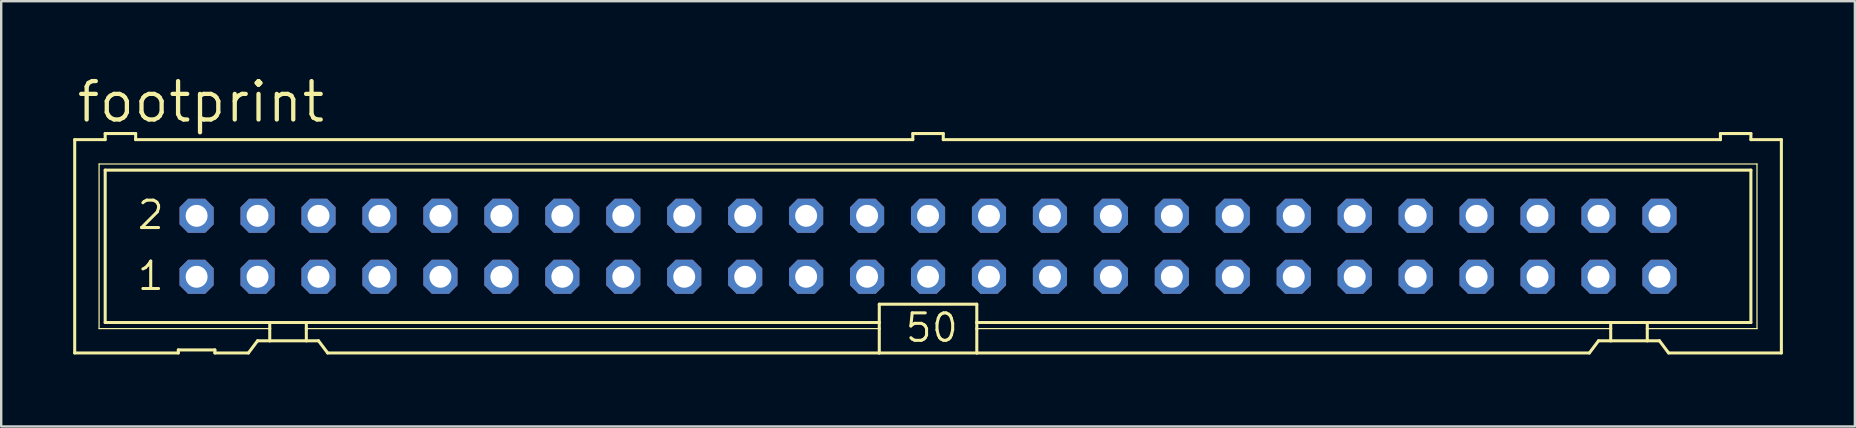
<source format=kicad_pcb>
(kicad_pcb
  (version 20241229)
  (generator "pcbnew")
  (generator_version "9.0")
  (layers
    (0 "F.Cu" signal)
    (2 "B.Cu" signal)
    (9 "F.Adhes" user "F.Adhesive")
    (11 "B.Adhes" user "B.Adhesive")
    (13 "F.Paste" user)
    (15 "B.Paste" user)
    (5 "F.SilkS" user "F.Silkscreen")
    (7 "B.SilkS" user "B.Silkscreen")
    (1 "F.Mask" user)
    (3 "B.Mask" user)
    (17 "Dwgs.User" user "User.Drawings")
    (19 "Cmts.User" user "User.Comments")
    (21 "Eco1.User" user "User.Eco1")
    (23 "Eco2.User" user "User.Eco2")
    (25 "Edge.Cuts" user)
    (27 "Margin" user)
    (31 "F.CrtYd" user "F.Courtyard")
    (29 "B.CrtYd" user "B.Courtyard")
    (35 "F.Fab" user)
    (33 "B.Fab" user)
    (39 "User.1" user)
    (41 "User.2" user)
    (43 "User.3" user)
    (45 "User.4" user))
  (footprint "footprint"
    (layer "F.Cu")
    (at 35.623 7.214)
    (property "Reference" "footprint" (at -35.56 -5.08 0) (layer "F.SilkS") (effects (font (size 1.6 1.6) (thickness 0.178)) (justify left bottom)))
    (fp_line (start -35.56 -4.445) (end -35.56 4.445) (stroke (width 0.127) (type solid)) (layer "F.SilkS"))
    (fp_line (start -35.56 -4.445) (end -34.29 -4.445) (stroke (width 0.127) (type solid)) (layer "F.SilkS"))
    (fp_line (start -35.56 4.445) (end -31.242 4.445) (stroke (width 0.127) (type solid)) (layer "F.SilkS"))
    (fp_line (start -34.544 -3.429) (end -34.544 3.429) (stroke (width 0.051) (type solid)) (layer "F.SilkS"))
    (fp_line (start -34.544 3.429) (end -27.432 3.429) (stroke (width 0.051) (type solid)) (layer "F.SilkS"))
    (fp_line (start -34.29 -4.699) (end -34.29 -4.445) (stroke (width 0.127) (type solid)) (layer "F.SilkS"))
    (fp_line (start -34.29 -3.175) (end -34.29 3.175) (stroke (width 0.127) (type solid)) (layer "F.SilkS"))
    (fp_line (start -34.29 -3.175) (end 34.29 -3.175) (stroke (width 0.127) (type solid)) (layer "F.SilkS"))
    (fp_line (start -33.02 -4.699) (end -34.29 -4.699) (stroke (width 0.127) (type solid)) (layer "F.SilkS"))
    (fp_line (start -33.02 -4.699) (end -33.02 -4.445) (stroke (width 0.127) (type solid)) (layer "F.SilkS"))
    (fp_line (start -33.02 -4.445) (end -0.635 -4.445) (stroke (width 0.127) (type solid)) (layer "F.SilkS"))
    (fp_line (start -31.242 4.318) (end -31.242 4.445) (stroke (width 0.127) (type solid)) (layer "F.SilkS"))
    (fp_line (start -31.242 4.318) (end -29.718 4.318) (stroke (width 0.127) (type solid)) (layer "F.SilkS"))
    (fp_line (start -29.718 4.445) (end -29.718 4.318) (stroke (width 0.127) (type solid)) (layer "F.SilkS"))
    (fp_line (start -29.718 4.445) (end -28.321 4.445) (stroke (width 0.127) (type solid)) (layer "F.SilkS"))
    (fp_line (start -28.321 4.445) (end -27.94 3.937) (stroke (width 0.127) (type solid)) (layer "F.SilkS"))
    (fp_line (start -27.432 3.175) (end -34.29 3.175) (stroke (width 0.127) (type solid)) (layer "F.SilkS"))
    (fp_line (start -27.432 3.175) (end -27.432 3.429) (stroke (width 0.127) (type solid)) (layer "F.SilkS"))
    (fp_line (start -27.432 3.429) (end -27.432 3.937) (stroke (width 0.127) (type solid)) (layer "F.SilkS"))
    (fp_line (start -27.432 3.937) (end -27.94 3.937) (stroke (width 0.127) (type solid)) (layer "F.SilkS"))
    (fp_line (start -25.908 3.175) (end -27.432 3.175) (stroke (width 0.127) (type solid)) (layer "F.SilkS"))
    (fp_line (start -25.908 3.175) (end -25.908 3.429) (stroke (width 0.127) (type solid)) (layer "F.SilkS"))
    (fp_line (start -25.908 3.429) (end -25.908 3.937) (stroke (width 0.127) (type solid)) (layer "F.SilkS"))
    (fp_line (start -25.908 3.429) (end -2.032 3.429) (stroke (width 0.051) (type solid)) (layer "F.SilkS"))
    (fp_line (start -25.908 3.937) (end -27.432 3.937) (stroke (width 0.127) (type solid)) (layer "F.SilkS"))
    (fp_line (start -25.4 3.937) (end -25.908 3.937) (stroke (width 0.127) (type solid)) (layer "F.SilkS"))
    (fp_line (start -25.4 3.937) (end -25.019 4.445) (stroke (width 0.127) (type solid)) (layer "F.SilkS"))
    (fp_line (start -25.019 4.445) (end -2.032 4.445) (stroke (width 0.127) (type solid)) (layer "F.SilkS"))
    (fp_line (start -2.032 3.175) (end -25.908 3.175) (stroke (width 0.127) (type solid)) (layer "F.SilkS"))
    (fp_line (start -2.032 3.175) (end -2.032 2.413) (stroke (width 0.127) (type solid)) (layer "F.SilkS"))
    (fp_line (start -2.032 3.175) (end -2.032 3.429) (stroke (width 0.127) (type solid)) (layer "F.SilkS"))
    (fp_line (start -2.032 3.429) (end -2.032 4.445) (stroke (width 0.127) (type solid)) (layer "F.SilkS"))
    (fp_line (start -0.635 -4.699) (end -0.635 -4.445) (stroke (width 0.127) (type solid)) (layer "F.SilkS"))
    (fp_line (start 0.635 -4.699) (end -0.635 -4.699) (stroke (width 0.127) (type solid)) (layer "F.SilkS"))
    (fp_line (start 0.635 -4.699) (end 0.635 -4.445) (stroke (width 0.127) (type solid)) (layer "F.SilkS"))
    (fp_line (start 0.635 -4.445) (end 33.02 -4.445) (stroke (width 0.127) (type solid)) (layer "F.SilkS"))
    (fp_line (start 2.032 2.413) (end -2.032 2.413) (stroke (width 0.127) (type solid)) (layer "F.SilkS"))
    (fp_line (start 2.032 2.413) (end 2.032 3.175) (stroke (width 0.127) (type solid)) (layer "F.SilkS"))
    (fp_line (start 2.032 3.175) (end 2.032 3.429) (stroke (width 0.127) (type solid)) (layer "F.SilkS"))
    (fp_line (start 2.032 3.429) (end 2.032 4.445) (stroke (width 0.127) (type solid)) (layer "F.SilkS"))
    (fp_line (start 2.032 4.445) (end -2.032 4.445) (stroke (width 0.127) (type solid)) (layer "F.SilkS"))
    (fp_line (start 27.559 4.445) (end 2.032 4.445) (stroke (width 0.127) (type solid)) (layer "F.SilkS"))
    (fp_line (start 27.559 4.445) (end 27.94 3.937) (stroke (width 0.127) (type solid)) (layer "F.SilkS"))
    (fp_line (start 28.448 3.175) (end 2.032 3.175) (stroke (width 0.127) (type solid)) (layer "F.SilkS"))
    (fp_line (start 28.448 3.175) (end 28.448 3.429) (stroke (width 0.127) (type solid)) (layer "F.SilkS"))
    (fp_line (start 28.448 3.429) (end 2.032 3.429) (stroke (width 0.051) (type solid)) (layer "F.SilkS"))
    (fp_line (start 28.448 3.429) (end 28.448 3.937) (stroke (width 0.127) (type solid)) (layer "F.SilkS"))
    (fp_line (start 28.448 3.937) (end 27.94 3.937) (stroke (width 0.127) (type solid)) (layer "F.SilkS"))
    (fp_line (start 29.972 3.175) (end 28.448 3.175) (stroke (width 0.127) (type solid)) (layer "F.SilkS"))
    (fp_line (start 29.972 3.175) (end 29.972 3.429) (stroke (width 0.127) (type solid)) (layer "F.SilkS"))
    (fp_line (start 29.972 3.429) (end 29.972 3.937) (stroke (width 0.127) (type solid)) (layer "F.SilkS"))
    (fp_line (start 29.972 3.429) (end 34.544 3.429) (stroke (width 0.051) (type solid)) (layer "F.SilkS"))
    (fp_line (start 29.972 3.937) (end 28.448 3.937) (stroke (width 0.127) (type solid)) (layer "F.SilkS"))
    (fp_line (start 30.48 3.937) (end 29.972 3.937) (stroke (width 0.127) (type solid)) (layer "F.SilkS"))
    (fp_line (start 30.48 3.937) (end 30.861 4.445) (stroke (width 0.127) (type solid)) (layer "F.SilkS"))
    (fp_line (start 33.02 -4.445) (end 33.02 -4.699) (stroke (width 0.127) (type solid)) (layer "F.SilkS"))
    (fp_line (start 34.29 -4.699) (end 33.02 -4.699) (stroke (width 0.127) (type solid)) (layer "F.SilkS"))
    (fp_line (start 34.29 -4.445) (end 34.29 -4.699) (stroke (width 0.127) (type solid)) (layer "F.SilkS"))
    (fp_line (start 34.29 -4.445) (end 35.56 -4.445) (stroke (width 0.127) (type solid)) (layer "F.SilkS"))
    (fp_line (start 34.29 3.175) (end 29.972 3.175) (stroke (width 0.127) (type solid)) (layer "F.SilkS"))
    (fp_line (start 34.29 3.175) (end 34.29 -3.175) (stroke (width 0.127) (type solid)) (layer "F.SilkS"))
    (fp_line (start 34.544 -3.429) (end -34.544 -3.429) (stroke (width 0.051) (type solid)) (layer "F.SilkS"))
    (fp_line (start 34.544 3.429) (end 34.544 -3.429) (stroke (width 0.051) (type solid)) (layer "F.SilkS"))
    (fp_line (start 35.56 4.445) (end 30.861 4.445) (stroke (width 0.127) (type solid)) (layer "F.SilkS"))
    (fp_line (start 35.56 4.445) (end 35.56 -4.445) (stroke (width 0.127) (type solid)) (layer "F.SilkS"))
    (fp_poly (pts (xy -30.734 -1.016) (xy -30.226 -1.016) (xy -30.226 -1.524) (xy -30.734 -1.524)) (stroke (width 0.1) (type solid)) (fill no) (layer "F.Fab"))
    (fp_poly (pts (xy -30.734 1.524) (xy -30.226 1.524) (xy -30.226 1.016) (xy -30.734 1.016)) (stroke (width 0.1) (type solid)) (fill no) (layer "F.Fab"))
    (fp_poly (pts (xy -28.194 -1.016) (xy -27.686 -1.016) (xy -27.686 -1.524) (xy -28.194 -1.524)) (stroke (width 0.1) (type solid)) (fill no) (layer "F.Fab"))
    (fp_poly (pts (xy -28.194 1.524) (xy -27.686 1.524) (xy -27.686 1.016) (xy -28.194 1.016)) (stroke (width 0.1) (type solid)) (fill no) (layer "F.Fab"))
    (fp_poly (pts (xy -25.654 -1.016) (xy -25.146 -1.016) (xy -25.146 -1.524) (xy -25.654 -1.524)) (stroke (width 0.1) (type solid)) (fill no) (layer "F.Fab"))
    (fp_poly (pts (xy -25.654 1.524) (xy -25.146 1.524) (xy -25.146 1.016) (xy -25.654 1.016)) (stroke (width 0.1) (type solid)) (fill no) (layer "F.Fab"))
    (fp_poly (pts (xy -23.114 -1.016) (xy -22.606 -1.016) (xy -22.606 -1.524) (xy -23.114 -1.524)) (stroke (width 0.1) (type solid)) (fill no) (layer "F.Fab"))
    (fp_poly (pts (xy -23.114 1.524) (xy -22.606 1.524) (xy -22.606 1.016) (xy -23.114 1.016)) (stroke (width 0.1) (type solid)) (fill no) (layer "F.Fab"))
    (fp_poly (pts (xy -20.574 -1.016) (xy -20.066 -1.016) (xy -20.066 -1.524) (xy -20.574 -1.524)) (stroke (width 0.1) (type solid)) (fill no) (layer "F.Fab"))
    (fp_poly (pts (xy -20.574 1.524) (xy -20.066 1.524) (xy -20.066 1.016) (xy -20.574 1.016)) (stroke (width 0.1) (type solid)) (fill no) (layer "F.Fab"))
    (fp_poly (pts (xy -18.034 -1.016) (xy -17.526 -1.016) (xy -17.526 -1.524) (xy -18.034 -1.524)) (stroke (width 0.1) (type solid)) (fill no) (layer "F.Fab"))
    (fp_poly (pts (xy -18.034 1.524) (xy -17.526 1.524) (xy -17.526 1.016) (xy -18.034 1.016)) (stroke (width 0.1) (type solid)) (fill no) (layer "F.Fab"))
    (fp_poly (pts (xy -15.494 -1.016) (xy -14.986 -1.016) (xy -14.986 -1.524) (xy -15.494 -1.524)) (stroke (width 0.1) (type solid)) (fill no) (layer "F.Fab"))
    (fp_poly (pts (xy -15.494 1.524) (xy -14.986 1.524) (xy -14.986 1.016) (xy -15.494 1.016)) (stroke (width 0.1) (type solid)) (fill no) (layer "F.Fab"))
    (fp_poly (pts (xy -12.954 -1.016) (xy -12.446 -1.016) (xy -12.446 -1.524) (xy -12.954 -1.524)) (stroke (width 0.1) (type solid)) (fill no) (layer "F.Fab"))
    (fp_poly (pts (xy -12.954 1.524) (xy -12.446 1.524) (xy -12.446 1.016) (xy -12.954 1.016)) (stroke (width 0.1) (type solid)) (fill no) (layer "F.Fab"))
    (fp_poly (pts (xy -10.414 -1.016) (xy -9.906 -1.016) (xy -9.906 -1.524) (xy -10.414 -1.524)) (stroke (width 0.1) (type solid)) (fill no) (layer "F.Fab"))
    (fp_poly (pts (xy -10.414 1.524) (xy -9.906 1.524) (xy -9.906 1.016) (xy -10.414 1.016)) (stroke (width 0.1) (type solid)) (fill no) (layer "F.Fab"))
    (fp_poly (pts (xy -7.874 -1.016) (xy -7.366 -1.016) (xy -7.366 -1.524) (xy -7.874 -1.524)) (stroke (width 0.1) (type solid)) (fill no) (layer "F.Fab"))
    (fp_poly (pts (xy -7.874 1.524) (xy -7.366 1.524) (xy -7.366 1.016) (xy -7.874 1.016)) (stroke (width 0.1) (type solid)) (fill no) (layer "F.Fab"))
    (fp_poly (pts (xy -5.334 -1.016) (xy -4.826 -1.016) (xy -4.826 -1.524) (xy -5.334 -1.524)) (stroke (width 0.1) (type solid)) (fill no) (layer "F.Fab"))
    (fp_poly (pts (xy -5.334 1.524) (xy -4.826 1.524) (xy -4.826 1.016) (xy -5.334 1.016)) (stroke (width 0.1) (type solid)) (fill no) (layer "F.Fab"))
    (fp_poly (pts (xy -2.794 -1.016) (xy -2.286 -1.016) (xy -2.286 -1.524) (xy -2.794 -1.524)) (stroke (width 0.1) (type solid)) (fill no) (layer "F.Fab"))
    (fp_poly (pts (xy -2.794 1.524) (xy -2.286 1.524) (xy -2.286 1.016) (xy -2.794 1.016)) (stroke (width 0.1) (type solid)) (fill no) (layer "F.Fab"))
    (fp_poly (pts (xy -0.254 -1.016) (xy 0.254 -1.016) (xy 0.254 -1.524) (xy -0.254 -1.524)) (stroke (width 0.1) (type solid)) (fill no) (layer "F.Fab"))
    (fp_poly (pts (xy -0.254 1.524) (xy 0.254 1.524) (xy 0.254 1.016) (xy -0.254 1.016)) (stroke (width 0.1) (type solid)) (fill no) (layer "F.Fab"))
    (fp_poly (pts (xy 2.286 -1.016) (xy 2.794 -1.016) (xy 2.794 -1.524) (xy 2.286 -1.524)) (stroke (width 0.1) (type solid)) (fill no) (layer "F.Fab"))
    (fp_poly (pts (xy 2.286 1.524) (xy 2.794 1.524) (xy 2.794 1.016) (xy 2.286 1.016)) (stroke (width 0.1) (type solid)) (fill no) (layer "F.Fab"))
    (fp_poly (pts (xy 4.826 -1.016) (xy 5.334 -1.016) (xy 5.334 -1.524) (xy 4.826 -1.524)) (stroke (width 0.1) (type solid)) (fill no) (layer "F.Fab"))
    (fp_poly (pts (xy 4.826 1.524) (xy 5.334 1.524) (xy 5.334 1.016) (xy 4.826 1.016)) (stroke (width 0.1) (type solid)) (fill no) (layer "F.Fab"))
    (fp_poly (pts (xy 7.366 -1.016) (xy 7.874 -1.016) (xy 7.874 -1.524) (xy 7.366 -1.524)) (stroke (width 0.1) (type solid)) (fill no) (layer "F.Fab"))
    (fp_poly (pts (xy 7.366 1.524) (xy 7.874 1.524) (xy 7.874 1.016) (xy 7.366 1.016)) (stroke (width 0.1) (type solid)) (fill no) (layer "F.Fab"))
    (fp_poly (pts (xy 9.906 -1.016) (xy 10.414 -1.016) (xy 10.414 -1.524) (xy 9.906 -1.524)) (stroke (width 0.1) (type solid)) (fill no) (layer "F.Fab"))
    (fp_poly (pts (xy 9.906 1.524) (xy 10.414 1.524) (xy 10.414 1.016) (xy 9.906 1.016)) (stroke (width 0.1) (type solid)) (fill no) (layer "F.Fab"))
    (fp_poly (pts (xy 12.446 -1.016) (xy 12.954 -1.016) (xy 12.954 -1.524) (xy 12.446 -1.524)) (stroke (width 0.1) (type solid)) (fill no) (layer "F.Fab"))
    (fp_poly (pts (xy 12.446 1.524) (xy 12.954 1.524) (xy 12.954 1.016) (xy 12.446 1.016)) (stroke (width 0.1) (type solid)) (fill no) (layer "F.Fab"))
    (fp_poly (pts (xy 14.986 -1.016) (xy 15.494 -1.016) (xy 15.494 -1.524) (xy 14.986 -1.524)) (stroke (width 0.1) (type solid)) (fill no) (layer "F.Fab"))
    (fp_poly (pts (xy 14.986 1.524) (xy 15.494 1.524) (xy 15.494 1.016) (xy 14.986 1.016)) (stroke (width 0.1) (type solid)) (fill no) (layer "F.Fab"))
    (fp_poly (pts (xy 17.526 -1.016) (xy 18.034 -1.016) (xy 18.034 -1.524) (xy 17.526 -1.524)) (stroke (width 0.1) (type solid)) (fill no) (layer "F.Fab"))
    (fp_poly (pts (xy 17.526 1.524) (xy 18.034 1.524) (xy 18.034 1.016) (xy 17.526 1.016)) (stroke (width 0.1) (type solid)) (fill no) (layer "F.Fab"))
    (fp_poly (pts (xy 20.066 -1.016) (xy 20.574 -1.016) (xy 20.574 -1.524) (xy 20.066 -1.524)) (stroke (width 0.1) (type solid)) (fill no) (layer "F.Fab"))
    (fp_poly (pts (xy 20.066 1.524) (xy 20.574 1.524) (xy 20.574 1.016) (xy 20.066 1.016)) (stroke (width 0.1) (type solid)) (fill no) (layer "F.Fab"))
    (fp_poly (pts (xy 22.606 -1.016) (xy 23.114 -1.016) (xy 23.114 -1.524) (xy 22.606 -1.524)) (stroke (width 0.1) (type solid)) (fill no) (layer "F.Fab"))
    (fp_poly (pts (xy 22.606 1.524) (xy 23.114 1.524) (xy 23.114 1.016) (xy 22.606 1.016)) (stroke (width 0.1) (type solid)) (fill no) (layer "F.Fab"))
    (fp_poly (pts (xy 25.146 -1.016) (xy 25.654 -1.016) (xy 25.654 -1.524) (xy 25.146 -1.524)) (stroke (width 0.1) (type solid)) (fill no) (layer "F.Fab"))
    (fp_poly (pts (xy 25.146 1.524) (xy 25.654 1.524) (xy 25.654 1.016) (xy 25.146 1.016)) (stroke (width 0.1) (type solid)) (fill no) (layer "F.Fab"))
    (fp_poly (pts (xy 27.686 -1.016) (xy 28.194 -1.016) (xy 28.194 -1.524) (xy 27.686 -1.524)) (stroke (width 0.1) (type solid)) (fill no) (layer "F.Fab"))
    (fp_poly (pts (xy 27.686 1.524) (xy 28.194 1.524) (xy 28.194 1.016) (xy 27.686 1.016)) (stroke (width 0.1) (type solid)) (fill no) (layer "F.Fab"))
    (fp_poly (pts (xy 30.226 -1.016) (xy 30.734 -1.016) (xy 30.734 -1.524) (xy 30.226 -1.524)) (stroke (width 0.1) (type solid)) (fill no) (layer "F.Fab"))
    (fp_poly (pts (xy 30.226 1.524) (xy 30.734 1.524) (xy 30.734 1.016) (xy 30.226 1.016)) (stroke (width 0.1) (type solid)) (fill no) (layer "F.Fab"))
    (fp_text user "2" (at -33.02 -0.635 0) (layer "F.SilkS") (effects (font (size 1.143 1.143) (thickness 0.127)) (justify left bottom)))
    (fp_text user "1" (at -33.02 1.905 0) (layer "F.SilkS") (effects (font (size 1.143 1.143) (thickness 0.127)) (justify left bottom)))
    (fp_text user "50" (at -1.016 4.064 0) (layer "F.SilkS") (effects (font (size 1.143 1.143) (thickness 0.127)) (justify left bottom)))
    (pad "1" thru_hole roundrect (at -30.48 1.27) (size 1.422 1.422) (drill 0.914) (layers "*.Cu" "*.Mask") (roundrect_rratio 0.25) (chamfer_ratio 0.25) (chamfer top_left top_right bottom_left bottom_right))
    (pad "2" thru_hole roundrect (at -30.48 -1.27) (size 1.422 1.422) (drill 0.914) (layers "*.Cu" "*.Mask") (roundrect_rratio 0.25) (chamfer_ratio 0.25) (chamfer top_left top_right bottom_left bottom_right))
    (pad "3" thru_hole roundrect (at -27.94 1.27) (size 1.422 1.422) (drill 0.914) (layers "*.Cu" "*.Mask") (roundrect_rratio 0.25) (chamfer_ratio 0.25) (chamfer top_left top_right bottom_left bottom_right))
    (pad "4" thru_hole roundrect (at -27.94 -1.27) (size 1.422 1.422) (drill 0.914) (layers "*.Cu" "*.Mask") (roundrect_rratio 0.25) (chamfer_ratio 0.25) (chamfer top_left top_right bottom_left bottom_right))
    (pad "5" thru_hole roundrect (at -25.4 1.27) (size 1.422 1.422) (drill 0.914) (layers "*.Cu" "*.Mask") (roundrect_rratio 0.25) (chamfer_ratio 0.25) (chamfer top_left top_right bottom_left bottom_right))
    (pad "6" thru_hole roundrect (at -25.4 -1.27) (size 1.422 1.422) (drill 0.914) (layers "*.Cu" "*.Mask") (roundrect_rratio 0.25) (chamfer_ratio 0.25) (chamfer top_left top_right bottom_left bottom_right))
    (pad "7" thru_hole roundrect (at -22.86 1.27) (size 1.422 1.422) (drill 0.914) (layers "*.Cu" "*.Mask") (roundrect_rratio 0.25) (chamfer_ratio 0.25) (chamfer top_left top_right bottom_left bottom_right))
    (pad "8" thru_hole roundrect (at -22.86 -1.27) (size 1.422 1.422) (drill 0.914) (layers "*.Cu" "*.Mask") (roundrect_rratio 0.25) (chamfer_ratio 0.25) (chamfer top_left top_right bottom_left bottom_right))
    (pad "9" thru_hole roundrect (at -20.32 1.27) (size 1.422 1.422) (drill 0.914) (layers "*.Cu" "*.Mask") (roundrect_rratio 0.25) (chamfer_ratio 0.25) (chamfer top_left top_right bottom_left bottom_right))
    (pad "10" thru_hole roundrect (at -20.32 -1.27) (size 1.422 1.422) (drill 0.914) (layers "*.Cu" "*.Mask") (roundrect_rratio 0.25) (chamfer_ratio 0.25) (chamfer top_left top_right bottom_left bottom_right))
    (pad "11" thru_hole roundrect (at -17.78 1.27) (size 1.422 1.422) (drill 0.914) (layers "*.Cu" "*.Mask") (roundrect_rratio 0.25) (chamfer_ratio 0.25) (chamfer top_left top_right bottom_left bottom_right))
    (pad "12" thru_hole roundrect (at -17.78 -1.27) (size 1.422 1.422) (drill 0.914) (layers "*.Cu" "*.Mask") (roundrect_rratio 0.25) (chamfer_ratio 0.25) (chamfer top_left top_right bottom_left bottom_right))
    (pad "13" thru_hole roundrect (at -15.24 1.27) (size 1.422 1.422) (drill 0.914) (layers "*.Cu" "*.Mask") (roundrect_rratio 0.25) (chamfer_ratio 0.25) (chamfer top_left top_right bottom_left bottom_right))
    (pad "14" thru_hole roundrect (at -15.24 -1.27) (size 1.422 1.422) (drill 0.914) (layers "*.Cu" "*.Mask") (roundrect_rratio 0.25) (chamfer_ratio 0.25) (chamfer top_left top_right bottom_left bottom_right))
    (pad "15" thru_hole roundrect (at -12.7 1.27) (size 1.422 1.422) (drill 0.914) (layers "*.Cu" "*.Mask") (roundrect_rratio 0.25) (chamfer_ratio 0.25) (chamfer top_left top_right bottom_left bottom_right))
    (pad "16" thru_hole roundrect (at -12.7 -1.27) (size 1.422 1.422) (drill 0.914) (layers "*.Cu" "*.Mask") (roundrect_rratio 0.25) (chamfer_ratio 0.25) (chamfer top_left top_right bottom_left bottom_right))
    (pad "17" thru_hole roundrect (at -10.16 1.27) (size 1.422 1.422) (drill 0.914) (layers "*.Cu" "*.Mask") (roundrect_rratio 0.25) (chamfer_ratio 0.25) (chamfer top_left top_right bottom_left bottom_right))
    (pad "18" thru_hole roundrect (at -10.16 -1.27) (size 1.422 1.422) (drill 0.914) (layers "*.Cu" "*.Mask") (roundrect_rratio 0.25) (chamfer_ratio 0.25) (chamfer top_left top_right bottom_left bottom_right))
    (pad "19" thru_hole roundrect (at -7.62 1.27) (size 1.422 1.422) (drill 0.914) (layers "*.Cu" "*.Mask") (roundrect_rratio 0.25) (chamfer_ratio 0.25) (chamfer top_left top_right bottom_left bottom_right))
    (pad "20" thru_hole roundrect (at -7.62 -1.27) (size 1.422 1.422) (drill 0.914) (layers "*.Cu" "*.Mask") (roundrect_rratio 0.25) (chamfer_ratio 0.25) (chamfer top_left top_right bottom_left bottom_right))
    (pad "21" thru_hole roundrect (at -5.08 1.27) (size 1.422 1.422) (drill 0.914) (layers "*.Cu" "*.Mask") (roundrect_rratio 0.25) (chamfer_ratio 0.25) (chamfer top_left top_right bottom_left bottom_right))
    (pad "22" thru_hole roundrect (at -5.08 -1.27) (size 1.422 1.422) (drill 0.914) (layers "*.Cu" "*.Mask") (roundrect_rratio 0.25) (chamfer_ratio 0.25) (chamfer top_left top_right bottom_left bottom_right))
    (pad "23" thru_hole roundrect (at -2.54 1.27) (size 1.422 1.422) (drill 0.914) (layers "*.Cu" "*.Mask") (roundrect_rratio 0.25) (chamfer_ratio 0.25) (chamfer top_left top_right bottom_left bottom_right))
    (pad "24" thru_hole roundrect (at -2.54 -1.27) (size 1.422 1.422) (drill 0.914) (layers "*.Cu" "*.Mask") (roundrect_rratio 0.25) (chamfer_ratio 0.25) (chamfer top_left top_right bottom_left bottom_right))
    (pad "25" thru_hole roundrect (at 0 1.27) (size 1.422 1.422) (drill 0.914) (layers "*.Cu" "*.Mask") (roundrect_rratio 0.25) (chamfer_ratio 0.25) (chamfer top_left top_right bottom_left bottom_right))
    (pad "26" thru_hole roundrect (at 0 -1.27) (size 1.422 1.422) (drill 0.914) (layers "*.Cu" "*.Mask") (roundrect_rratio 0.25) (chamfer_ratio 0.25) (chamfer top_left top_right bottom_left bottom_right))
    (pad "27" thru_hole roundrect (at 2.54 1.27) (size 1.422 1.422) (drill 0.914) (layers "*.Cu" "*.Mask") (roundrect_rratio 0.25) (chamfer_ratio 0.25) (chamfer top_left top_right bottom_left bottom_right))
    (pad "28" thru_hole roundrect (at 2.54 -1.27) (size 1.422 1.422) (drill 0.914) (layers "*.Cu" "*.Mask") (roundrect_rratio 0.25) (chamfer_ratio 0.25) (chamfer top_left top_right bottom_left bottom_right))
    (pad "29" thru_hole roundrect (at 5.08 1.27) (size 1.422 1.422) (drill 0.914) (layers "*.Cu" "*.Mask") (roundrect_rratio 0.25) (chamfer_ratio 0.25) (chamfer top_left top_right bottom_left bottom_right))
    (pad "30" thru_hole roundrect (at 5.08 -1.27) (size 1.422 1.422) (drill 0.914) (layers "*.Cu" "*.Mask") (roundrect_rratio 0.25) (chamfer_ratio 0.25) (chamfer top_left top_right bottom_left bottom_right))
    (pad "31" thru_hole roundrect (at 7.62 1.27) (size 1.422 1.422) (drill 0.914) (layers "*.Cu" "*.Mask") (roundrect_rratio 0.25) (chamfer_ratio 0.25) (chamfer top_left top_right bottom_left bottom_right))
    (pad "32" thru_hole roundrect (at 7.62 -1.27) (size 1.422 1.422) (drill 0.914) (layers "*.Cu" "*.Mask") (roundrect_rratio 0.25) (chamfer_ratio 0.25) (chamfer top_left top_right bottom_left bottom_right))
    (pad "33" thru_hole roundrect (at 10.16 1.27) (size 1.422 1.422) (drill 0.914) (layers "*.Cu" "*.Mask") (roundrect_rratio 0.25) (chamfer_ratio 0.25) (chamfer top_left top_right bottom_left bottom_right))
    (pad "34" thru_hole roundrect (at 10.16 -1.27) (size 1.422 1.422) (drill 0.914) (layers "*.Cu" "*.Mask") (roundrect_rratio 0.25) (chamfer_ratio 0.25) (chamfer top_left top_right bottom_left bottom_right))
    (pad "35" thru_hole roundrect (at 12.7 1.27) (size 1.422 1.422) (drill 0.914) (layers "*.Cu" "*.Mask") (roundrect_rratio 0.25) (chamfer_ratio 0.25) (chamfer top_left top_right bottom_left bottom_right))
    (pad "36" thru_hole roundrect (at 12.7 -1.27) (size 1.422 1.422) (drill 0.914) (layers "*.Cu" "*.Mask") (roundrect_rratio 0.25) (chamfer_ratio 0.25) (chamfer top_left top_right bottom_left bottom_right))
    (pad "37" thru_hole roundrect (at 15.24 1.27) (size 1.422 1.422) (drill 0.914) (layers "*.Cu" "*.Mask") (roundrect_rratio 0.25) (chamfer_ratio 0.25) (chamfer top_left top_right bottom_left bottom_right))
    (pad "38" thru_hole roundrect (at 15.24 -1.27) (size 1.422 1.422) (drill 0.914) (layers "*.Cu" "*.Mask") (roundrect_rratio 0.25) (chamfer_ratio 0.25) (chamfer top_left top_right bottom_left bottom_right))
    (pad "39" thru_hole roundrect (at 17.78 1.27) (size 1.422 1.422) (drill 0.914) (layers "*.Cu" "*.Mask") (roundrect_rratio 0.25) (chamfer_ratio 0.25) (chamfer top_left top_right bottom_left bottom_right))
    (pad "40" thru_hole roundrect (at 17.78 -1.27) (size 1.422 1.422) (drill 0.914) (layers "*.Cu" "*.Mask") (roundrect_rratio 0.25) (chamfer_ratio 0.25) (chamfer top_left top_right bottom_left bottom_right))
    (pad "41" thru_hole roundrect (at 20.32 1.27) (size 1.422 1.422) (drill 0.914) (layers "*.Cu" "*.Mask") (roundrect_rratio 0.25) (chamfer_ratio 0.25) (chamfer top_left top_right bottom_left bottom_right))
    (pad "42" thru_hole roundrect (at 20.32 -1.27) (size 1.422 1.422) (drill 0.914) (layers "*.Cu" "*.Mask") (roundrect_rratio 0.25) (chamfer_ratio 0.25) (chamfer top_left top_right bottom_left bottom_right))
    (pad "43" thru_hole roundrect (at 22.86 1.27) (size 1.422 1.422) (drill 0.914) (layers "*.Cu" "*.Mask") (roundrect_rratio 0.25) (chamfer_ratio 0.25) (chamfer top_left top_right bottom_left bottom_right))
    (pad "44" thru_hole roundrect (at 22.86 -1.27) (size 1.422 1.422) (drill 0.914) (layers "*.Cu" "*.Mask") (roundrect_rratio 0.25) (chamfer_ratio 0.25) (chamfer top_left top_right bottom_left bottom_right))
    (pad "45" thru_hole roundrect (at 25.4 1.27) (size 1.422 1.422) (drill 0.914) (layers "*.Cu" "*.Mask") (roundrect_rratio 0.25) (chamfer_ratio 0.25) (chamfer top_left top_right bottom_left bottom_right))
    (pad "46" thru_hole roundrect (at 25.4 -1.27) (size 1.422 1.422) (drill 0.914) (layers "*.Cu" "*.Mask") (roundrect_rratio 0.25) (chamfer_ratio 0.25) (chamfer top_left top_right bottom_left bottom_right))
    (pad "47" thru_hole roundrect (at 27.94 1.27) (size 1.422 1.422) (drill 0.914) (layers "*.Cu" "*.Mask") (roundrect_rratio 0.25) (chamfer_ratio 0.25) (chamfer top_left top_right bottom_left bottom_right))
    (pad "48" thru_hole roundrect (at 27.94 -1.27) (size 1.422 1.422) (drill 0.914) (layers "*.Cu" "*.Mask") (roundrect_rratio 0.25) (chamfer_ratio 0.25) (chamfer top_left top_right bottom_left bottom_right))
    (pad "49" thru_hole roundrect (at 30.48 1.27) (size 1.422 1.422) (drill 0.914) (layers "*.Cu" "*.Mask") (roundrect_rratio 0.25) (chamfer_ratio 0.25) (chamfer top_left top_right bottom_left bottom_right))
    (pad "50" thru_hole roundrect (at 30.48 -1.27) (size 1.422 1.422) (drill 0.914) (layers "*.Cu" "*.Mask") (roundrect_rratio 0.25) (chamfer_ratio 0.25) (chamfer top_left top_right bottom_left bottom_right)))
  (gr_rect
    (start -3 -3)
    (end 74.247 14.722)
    (stroke (width 0.1) (type default))
    (fill no)
    (layer "Edge.Cuts")))
</source>
